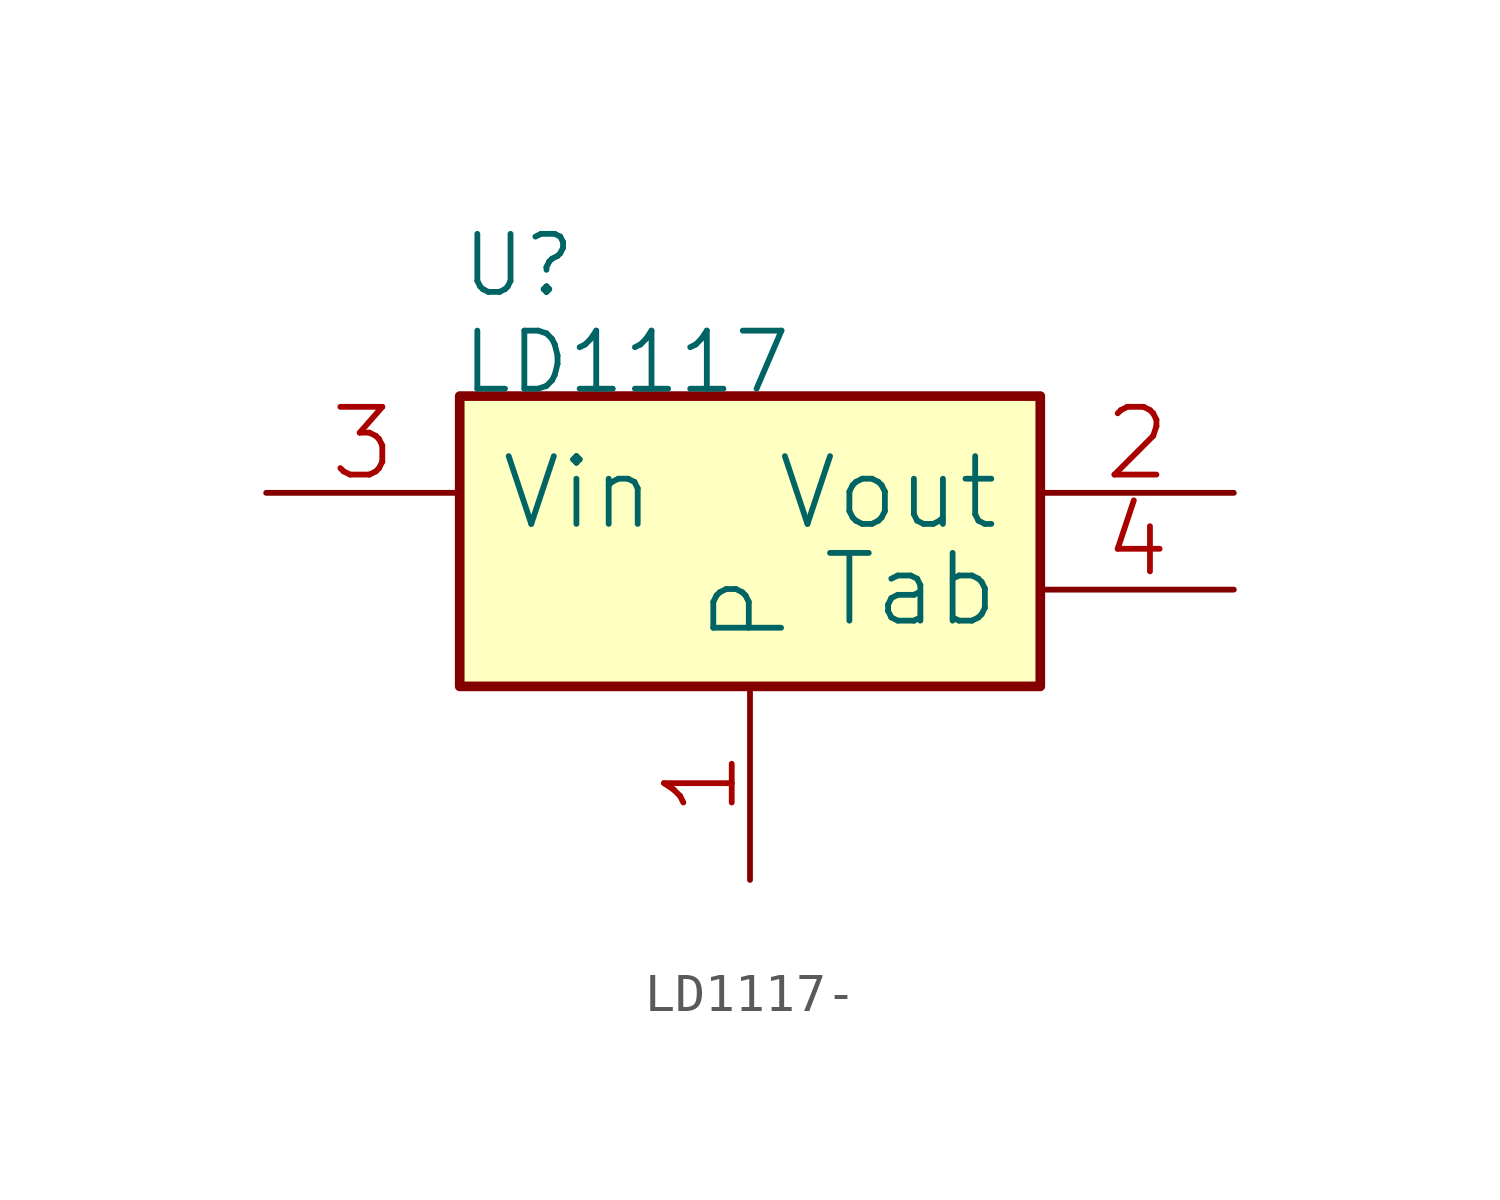
<source format=kicad_sym>
(kicad_symbol_lib
  (version 20220914)
  (generator kicad_symbol_editor)
  (symbol "LD1117-"
    (pin_names
      (offset 1.016))
    (property "Reference" "U"
      (at -7.62 5.08 0)
      (effects (font (size 1.524 1.524)) (justify left bottom)))
    (property "Value" "LD1117"
      (at -7.62 2.54 0)
      (effects (font (size 1.524 1.524)) (justify left bottom)))
    (property "Footprint" ""
      (at 0 0 0)
      (effects (font (size 1.524 1.524))))
    (property "Datasheet" ""
      (at 0 0 0)
      (effects (font (size 1.524 1.524))))
    (symbol "LD1117-_0_1"
      (rectangle (start -7.62 -5.08) (end 7.62 2.54) (stroke (width 0.254) (type solid)) (fill (type background)))
      (pin passive line (at 0 -10.16 90) (length 5.08) (name "P" (effects (font (size 1.778 1.778)))) (number "1" (effects (font (size 1.778 1.778)))))
      (pin power_in line (at 12.7 0 180) (length 5.08) (name "Vout" (effects (font (size 1.778 1.778)))) (number "2" (effects (font (size 1.778 1.778)))))
      (pin input line (at -12.7 0 0) (length 5.08) (name "Vin" (effects (font (size 1.778 1.778)))) (number "3" (effects (font (size 1.778 1.778)))))
      (pin power_in line (at 12.7 -2.54 180) (length 5.08) (name "Tab" (effects (font (size 1.778 1.778)))) (number "4" (effects (font (size 1.778 1.778))))))))
</source>
